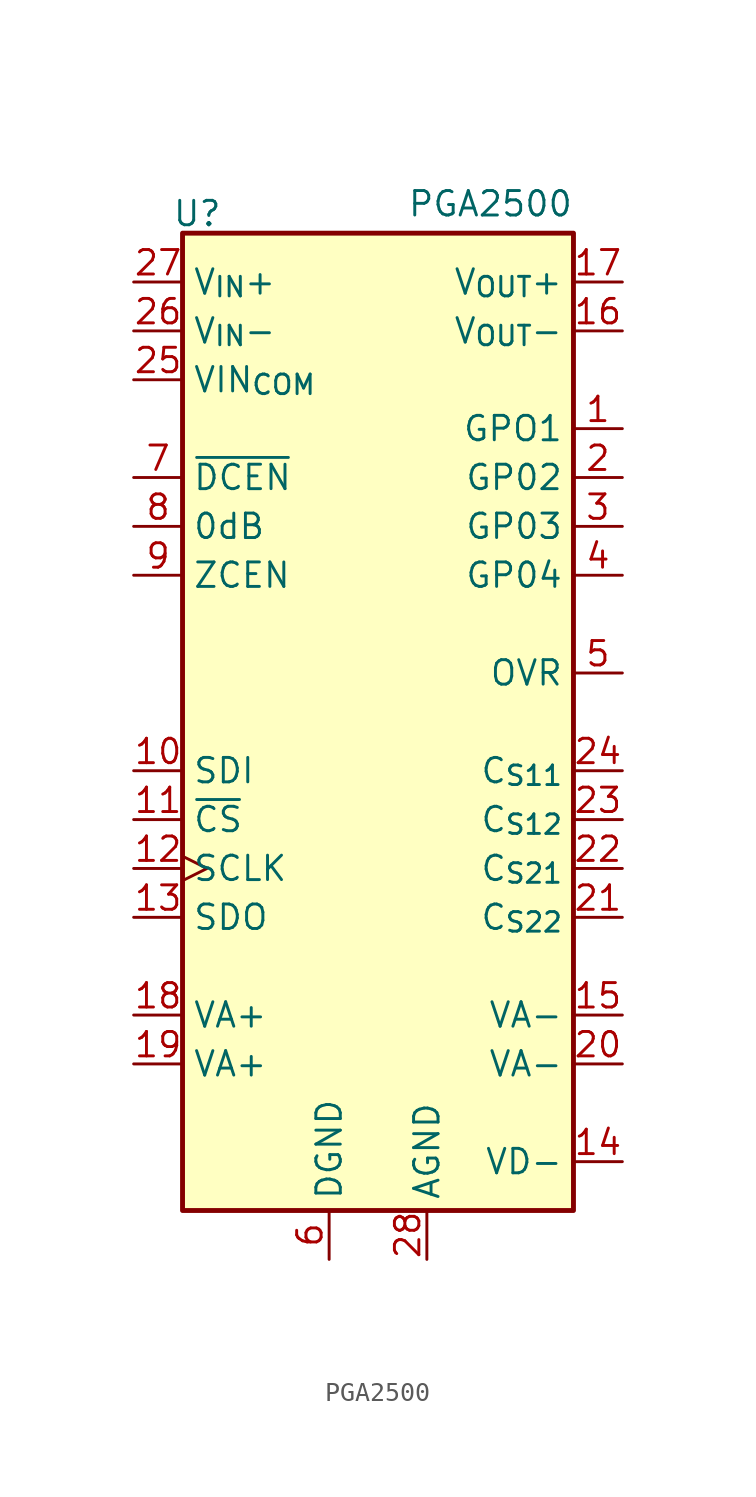
<source format=kicad_sym>
(kicad_symbol_lib
  (version 20231120)
  (generator "kicad_symbol_editor")
  (generator_version "8.0")
  (symbol "PGA2500"
    (property "Reference" "U"
      (at -9.398 26.416 0)
      (effects (font (size 1.27 1.27))))
    (property "Value" "PGA2500"
      (at 5.842 26.924 0)
      (effects (font (size 1.27 1.27))))
    (symbol "PGA2500_0_1"
      (rectangle (start -10.16 25.4) (end 10.16 -25.4) (stroke (width 0.254) (type default)) (fill (type background))))
    (symbol "PGA2500_1_1"
      (pin output line (at 12.7 15.24 180) (length 2.54) (name "GPO1" (effects (font (size 1.27 1.27)))) (number "1" (effects (font (size 1.27 1.27)))))
      (pin input line (at -12.7 -2.54 0) (length 2.54) (name "SDI" (effects (font (size 1.27 1.27)))) (number "10" (effects (font (size 1.27 1.27)))))
      (pin input line (at -12.7 -5.08 0) (length 2.54) (name "~{CS}" (effects (font (size 1.27 1.27)))) (number "11" (effects (font (size 1.27 1.27)))))
      (pin input clock (at -12.7 -7.62 0) (length 2.54) (name "SCLK" (effects (font (size 1.27 1.27)))) (number "12" (effects (font (size 1.27 1.27)))))
      (pin output line (at -12.7 -10.16 0) (length 2.54) (name "SDO" (effects (font (size 1.27 1.27)))) (number "13" (effects (font (size 1.27 1.27)))))
      (pin power_in line (at 12.7 -22.86 180) (length 2.54) (name "VD-" (effects (font (size 1.27 1.27)))) (number "14" (effects (font (size 1.27 1.27)))))
      (pin power_in line (at 12.7 -15.24 180) (length 2.54) (name "VA-" (effects (font (size 1.27 1.27)))) (number "15" (effects (font (size 1.27 1.27)))))
      (pin output line (at 12.7 20.32 180) (length 2.54) (name "V_{OUT}-" (effects (font (size 1.27 1.27)))) (number "16" (effects (font (size 1.27 1.27)))))
      (pin output line (at 12.7 22.86 180) (length 2.54) (name "V_{OUT}+" (effects (font (size 1.27 1.27)))) (number "17" (effects (font (size 1.27 1.27)))))
      (pin power_in line (at -12.7 -15.24 0) (length 2.54) (name "VA+" (effects (font (size 1.27 1.27)))) (number "18" (effects (font (size 1.27 1.27)))))
      (pin power_in line (at -12.7 -17.78 0) (length 2.54) (name "VA+" (effects (font (size 1.27 1.27)))) (number "19" (effects (font (size 1.27 1.27)))))
      (pin output line (at 12.7 12.7 180) (length 2.54) (name "GP02" (effects (font (size 1.27 1.27)))) (number "2" (effects (font (size 1.27 1.27)))))
      (pin power_in line (at 12.7 -17.78 180) (length 2.54) (name "VA-" (effects (font (size 1.27 1.27)))) (number "20" (effects (font (size 1.27 1.27)))))
      (pin output line (at 12.7 -10.16 180) (length 2.54) (name "C_{S22}" (effects (font (size 1.27 1.27)))) (number "21" (effects (font (size 1.27 1.27)))))
      (pin output line (at 12.7 -7.62 180) (length 2.54) (name "C_{S21}" (effects (font (size 1.27 1.27)))) (number "22" (effects (font (size 1.27 1.27)))))
      (pin output line (at 12.7 -5.08 180) (length 2.54) (name "C_{S12}" (effects (font (size 1.27 1.27)))) (number "23" (effects (font (size 1.27 1.27)))))
      (pin output line (at 12.7 -2.54 180) (length 2.54) (name "C_{S11}" (effects (font (size 1.27 1.27)))) (number "24" (effects (font (size 1.27 1.27)))))
      (pin power_in line (at -12.7 17.78 0) (length 2.54) (name "VIN_{COM}" (effects (font (size 1.27 1.27)))) (number "25" (effects (font (size 1.27 1.27)))))
      (pin input line (at -12.7 20.32 0) (length 2.54) (name "V_{IN}-" (effects (font (size 1.27 1.27)))) (number "26" (effects (font (size 1.27 1.27)))))
      (pin input line (at -12.7 22.86 0) (length 2.54) (name "V_{IN}+" (effects (font (size 1.27 1.27)))) (number "27" (effects (font (size 1.27 1.27)))))
      (pin power_in line (at 2.54 -27.94 90) (length 2.54) (name "AGND" (effects (font (size 1.27 1.27)))) (number "28" (effects (font (size 1.27 1.27)))))
      (pin output line (at 12.7 10.16 180) (length 2.54) (name "GP03" (effects (font (size 1.27 1.27)))) (number "3" (effects (font (size 1.27 1.27)))))
      (pin output line (at 12.7 7.62 180) (length 2.54) (name "GP04" (effects (font (size 1.27 1.27)))) (number "4" (effects (font (size 1.27 1.27)))))
      (pin output line (at 12.7 2.54 180) (length 2.54) (name "OVR" (effects (font (size 1.27 1.27)))) (number "5" (effects (font (size 1.27 1.27)))))
      (pin power_in line (at -2.54 -27.94 90) (length 2.54) (name "DGND" (effects (font (size 1.27 1.27)))) (number "6" (effects (font (size 1.27 1.27)))))
      (pin input line (at -12.7 12.7 0) (length 2.54) (name "~{DCEN}" (effects (font (size 1.27 1.27)))) (number "7" (effects (font (size 1.27 1.27)))))
      (pin input line (at -12.7 10.16 0) (length 2.54) (name "0dB" (effects (font (size 1.27 1.27)))) (number "8" (effects (font (size 1.27 1.27)))))
      (pin input line (at -12.7 7.62 0) (length 2.54) (name "ZCEN" (effects (font (size 1.27 1.27)))) (number "9" (effects (font (size 1.27 1.27))))))))
</source>
